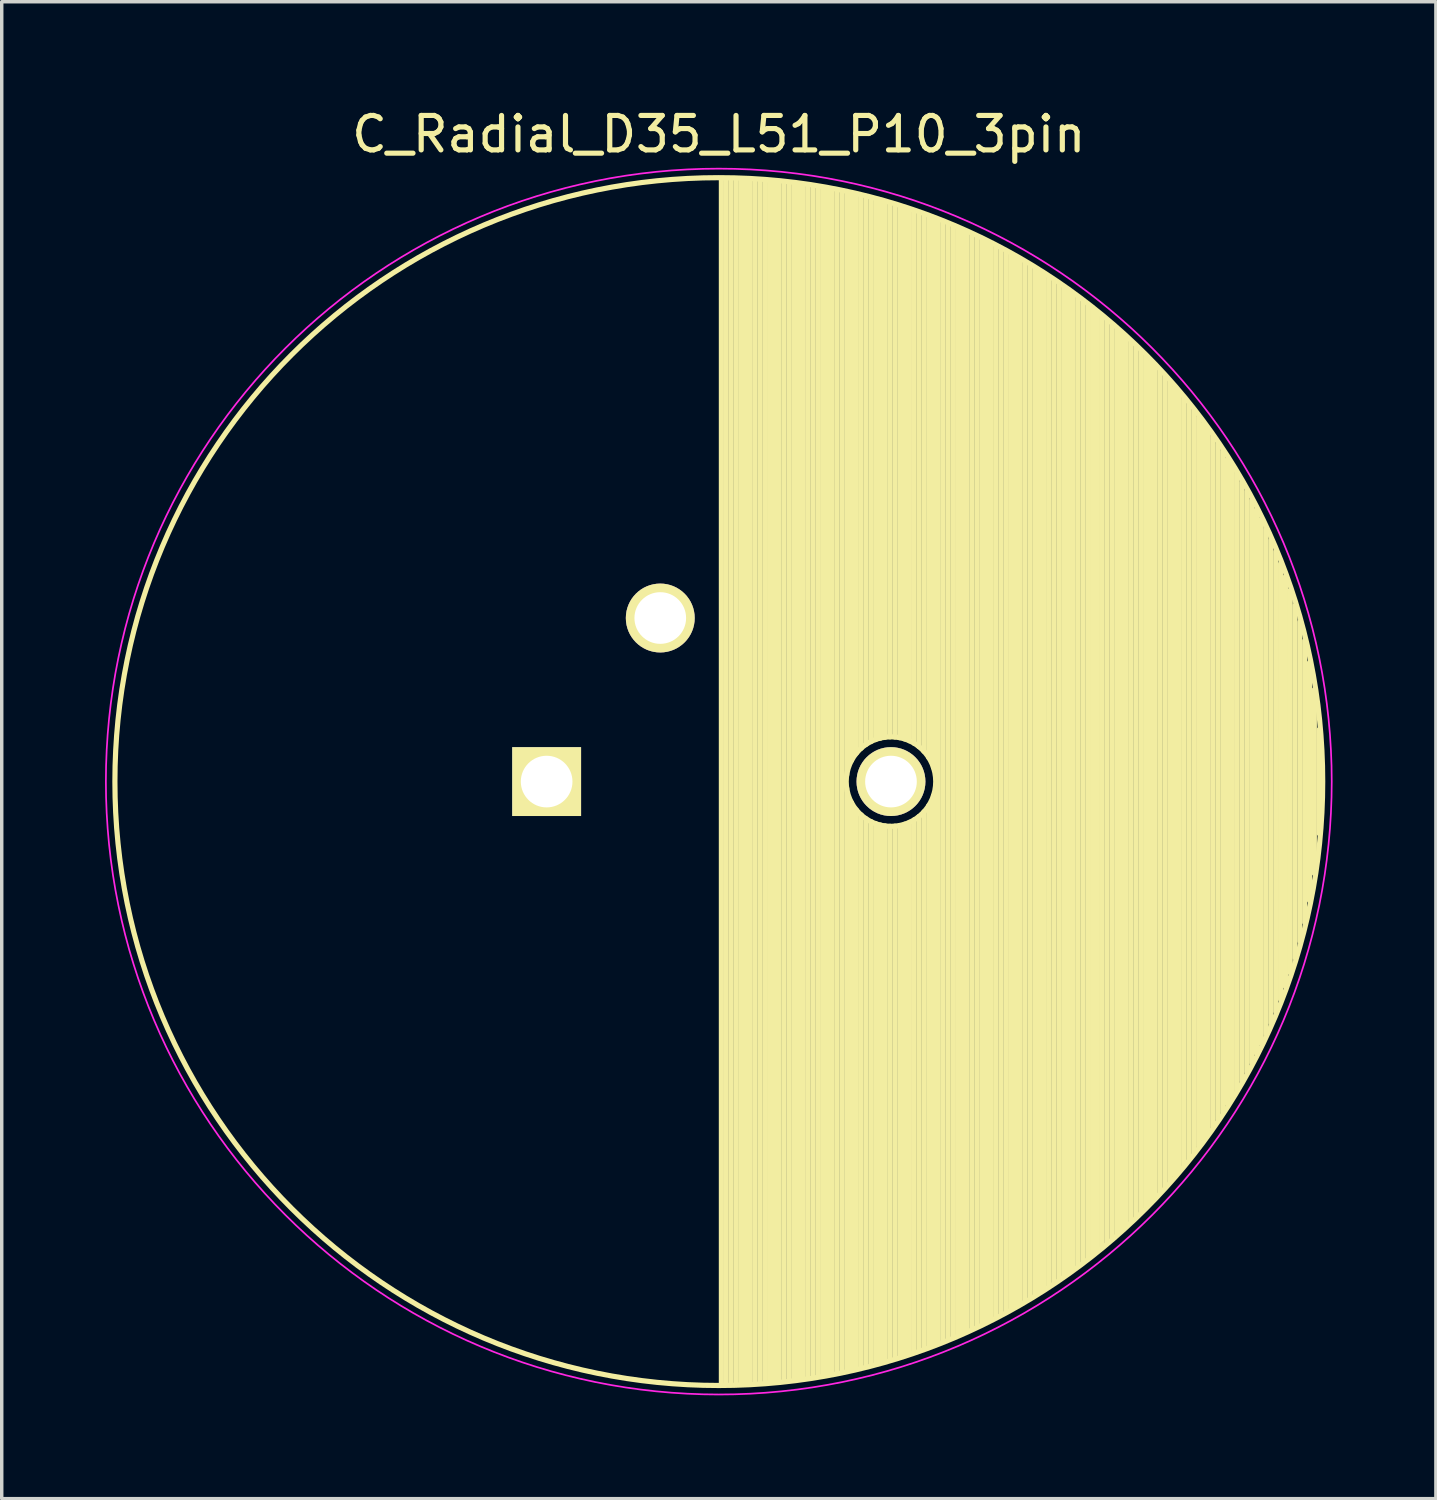
<source format=kicad_pcb>
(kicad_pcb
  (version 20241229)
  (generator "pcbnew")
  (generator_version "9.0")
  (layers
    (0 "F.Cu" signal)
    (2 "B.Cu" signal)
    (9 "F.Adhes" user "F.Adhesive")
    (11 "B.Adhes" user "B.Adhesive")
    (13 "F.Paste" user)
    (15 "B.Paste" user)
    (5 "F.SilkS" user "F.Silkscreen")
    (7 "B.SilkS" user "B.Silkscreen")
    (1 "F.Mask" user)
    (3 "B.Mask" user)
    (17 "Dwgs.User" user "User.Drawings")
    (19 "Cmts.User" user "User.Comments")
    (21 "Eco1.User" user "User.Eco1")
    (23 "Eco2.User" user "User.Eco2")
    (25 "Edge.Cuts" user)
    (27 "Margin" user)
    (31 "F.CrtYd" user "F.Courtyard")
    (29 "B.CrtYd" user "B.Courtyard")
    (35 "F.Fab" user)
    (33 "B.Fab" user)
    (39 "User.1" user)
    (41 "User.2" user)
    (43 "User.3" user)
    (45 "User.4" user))
  (footprint "C_Radial_D35_L51_P10_3pin"
    (layer "F.Cu")
    (at 12.825 19.648)
    (property "Reference" "C_Radial_D35_L51_P10_3pin" (at 5 -18.8 0) (layer "F.SilkS") (effects (font (size 1 1) (thickness 0.15))))
    (attr through_hole)
    (fp_line (start 5.075 -17.5) (end 5.075 17.5) (stroke (width 0.15) (type solid)) (layer "F.SilkS"))
    (fp_line (start 5.215 -17.499) (end 5.215 17.499) (stroke (width 0.15) (type solid)) (layer "F.SilkS"))
    (fp_line (start 5.355 -17.496) (end 5.355 17.496) (stroke (width 0.15) (type solid)) (layer "F.SilkS"))
    (fp_line (start 5.495 -17.493) (end 5.495 17.493) (stroke (width 0.15) (type solid)) (layer "F.SilkS"))
    (fp_line (start 5.635 -17.488) (end 5.635 17.488) (stroke (width 0.15) (type solid)) (layer "F.SilkS"))
    (fp_line (start 5.775 -17.483) (end 5.775 17.483) (stroke (width 0.15) (type solid)) (layer "F.SilkS"))
    (fp_line (start 5.915 -17.476) (end 5.915 17.476) (stroke (width 0.15) (type solid)) (layer "F.SilkS"))
    (fp_line (start 6.055 -17.468) (end 6.055 17.468) (stroke (width 0.15) (type solid)) (layer "F.SilkS"))
    (fp_line (start 6.195 -17.459) (end 6.195 17.459) (stroke (width 0.15) (type solid)) (layer "F.SilkS"))
    (fp_line (start 6.335 -17.449) (end 6.335 17.449) (stroke (width 0.15) (type solid)) (layer "F.SilkS"))
    (fp_line (start 6.475 -17.438) (end 6.475 17.438) (stroke (width 0.15) (type solid)) (layer "F.SilkS"))
    (fp_line (start 6.615 -17.425) (end 6.615 17.425) (stroke (width 0.15) (type solid)) (layer "F.SilkS"))
    (fp_line (start 6.755 -17.412) (end 6.755 17.412) (stroke (width 0.15) (type solid)) (layer "F.SilkS"))
    (fp_line (start 6.895 -17.397) (end 6.895 17.397) (stroke (width 0.15) (type solid)) (layer "F.SilkS"))
    (fp_line (start 7.035 -17.381) (end 7.035 17.381) (stroke (width 0.15) (type solid)) (layer "F.SilkS"))
    (fp_line (start 7.175 -17.364) (end 7.175 17.364) (stroke (width 0.15) (type solid)) (layer "F.SilkS"))
    (fp_line (start 7.315 -17.346) (end 7.315 17.346) (stroke (width 0.15) (type solid)) (layer "F.SilkS"))
    (fp_line (start 7.455 -17.327) (end 7.455 17.327) (stroke (width 0.15) (type solid)) (layer "F.SilkS"))
    (fp_line (start 7.595 -17.307) (end 7.595 17.307) (stroke (width 0.15) (type solid)) (layer "F.SilkS"))
    (fp_line (start 7.735 -17.285) (end 7.735 17.285) (stroke (width 0.15) (type solid)) (layer "F.SilkS"))
    (fp_line (start 7.875 -17.262) (end 7.875 17.262) (stroke (width 0.15) (type solid)) (layer "F.SilkS"))
    (fp_line (start 8.015 -17.238) (end 8.015 17.238) (stroke (width 0.15) (type solid)) (layer "F.SilkS"))
    (fp_line (start 8.155 -17.213) (end 8.155 17.213) (stroke (width 0.15) (type solid)) (layer "F.SilkS"))
    (fp_line (start 8.295 -17.187) (end 8.295 17.187) (stroke (width 0.15) (type solid)) (layer "F.SilkS"))
    (fp_line (start 8.435 -17.16) (end 8.435 17.16) (stroke (width 0.15) (type solid)) (layer "F.SilkS"))
    (fp_line (start 8.575 -17.131) (end 8.575 17.131) (stroke (width 0.15) (type solid)) (layer "F.SilkS"))
    (fp_line (start 8.715 -17.101) (end 8.715 -0.197) (stroke (width 0.15) (type solid)) (layer "F.SilkS"))
    (fp_line (start 8.715 0.197) (end 8.715 17.101) (stroke (width 0.15) (type solid)) (layer "F.SilkS"))
    (fp_line (start 8.855 -17.07) (end 8.855 -0.616) (stroke (width 0.15) (type solid)) (layer "F.SilkS"))
    (fp_line (start 8.855 0.616) (end 8.855 17.07) (stroke (width 0.15) (type solid)) (layer "F.SilkS"))
    (fp_line (start 8.995 -17.038) (end 8.995 -0.825) (stroke (width 0.15) (type solid)) (layer "F.SilkS"))
    (fp_line (start 8.995 0.825) (end 8.995 17.038) (stroke (width 0.15) (type solid)) (layer "F.SilkS"))
    (fp_line (start 9.135 -17.004) (end 9.135 -0.97) (stroke (width 0.15) (type solid)) (layer "F.SilkS"))
    (fp_line (start 9.135 0.97) (end 9.135 17.004) (stroke (width 0.15) (type solid)) (layer "F.SilkS"))
    (fp_line (start 9.275 -16.97) (end 9.275 -1.079) (stroke (width 0.15) (type solid)) (layer "F.SilkS"))
    (fp_line (start 9.275 1.079) (end 9.275 16.97) (stroke (width 0.15) (type solid)) (layer "F.SilkS"))
    (fp_line (start 9.415 -16.934) (end 9.415 -1.161) (stroke (width 0.15) (type solid)) (layer "F.SilkS"))
    (fp_line (start 9.415 1.161) (end 9.415 16.934) (stroke (width 0.15) (type solid)) (layer "F.SilkS"))
    (fp_line (start 9.555 -16.897) (end 9.555 -1.221) (stroke (width 0.15) (type solid)) (layer "F.SilkS"))
    (fp_line (start 9.555 1.221) (end 9.555 16.897) (stroke (width 0.15) (type solid)) (layer "F.SilkS"))
    (fp_line (start 9.695 -16.858) (end 9.695 -1.264) (stroke (width 0.15) (type solid)) (layer "F.SilkS"))
    (fp_line (start 9.695 1.264) (end 9.695 16.858) (stroke (width 0.15) (type solid)) (layer "F.SilkS"))
    (fp_line (start 9.835 -16.819) (end 9.835 -1.289) (stroke (width 0.15) (type solid)) (layer "F.SilkS"))
    (fp_line (start 9.835 1.289) (end 9.835 16.819) (stroke (width 0.15) (type solid)) (layer "F.SilkS"))
    (fp_line (start 9.975 -16.778) (end 9.975 -1.3) (stroke (width 0.15) (type solid)) (layer "F.SilkS"))
    (fp_line (start 9.975 1.3) (end 9.975 16.778) (stroke (width 0.15) (type solid)) (layer "F.SilkS"))
    (fp_line (start 10.115 -16.736) (end 10.115 -1.295) (stroke (width 0.15) (type solid)) (layer "F.SilkS"))
    (fp_line (start 10.115 1.295) (end 10.115 16.736) (stroke (width 0.15) (type solid)) (layer "F.SilkS"))
    (fp_line (start 10.255 -16.692) (end 10.255 -1.275) (stroke (width 0.15) (type solid)) (layer "F.SilkS"))
    (fp_line (start 10.255 1.275) (end 10.255 16.692) (stroke (width 0.15) (type solid)) (layer "F.SilkS"))
    (fp_line (start 10.395 -16.648) (end 10.395 -1.239) (stroke (width 0.15) (type solid)) (layer "F.SilkS"))
    (fp_line (start 10.395 1.239) (end 10.395 16.648) (stroke (width 0.15) (type solid)) (layer "F.SilkS"))
    (fp_line (start 10.535 -16.602) (end 10.535 -1.185) (stroke (width 0.15) (type solid)) (layer "F.SilkS"))
    (fp_line (start 10.535 1.185) (end 10.535 16.602) (stroke (width 0.15) (type solid)) (layer "F.SilkS"))
    (fp_line (start 10.675 -16.554) (end 10.675 -1.111) (stroke (width 0.15) (type solid)) (layer "F.SilkS"))
    (fp_line (start 10.675 1.111) (end 10.675 16.554) (stroke (width 0.15) (type solid)) (layer "F.SilkS"))
    (fp_line (start 10.815 -16.506) (end 10.815 -1.013) (stroke (width 0.15) (type solid)) (layer "F.SilkS"))
    (fp_line (start 10.815 1.013) (end 10.815 16.506) (stroke (width 0.15) (type solid)) (layer "F.SilkS"))
    (fp_line (start 10.955 -16.456) (end 10.955 -0.882) (stroke (width 0.15) (type solid)) (layer "F.SilkS"))
    (fp_line (start 10.955 0.882) (end 10.955 16.456) (stroke (width 0.15) (type solid)) (layer "F.SilkS"))
    (fp_line (start 11.095 -16.404) (end 11.095 -0.701) (stroke (width 0.15) (type solid)) (layer "F.SilkS"))
    (fp_line (start 11.095 0.701) (end 11.095 16.404) (stroke (width 0.15) (type solid)) (layer "F.SilkS"))
    (fp_line (start 11.235 -16.352) (end 11.235 -0.406) (stroke (width 0.15) (type solid)) (layer "F.SilkS"))
    (fp_line (start 11.235 0.406) (end 11.235 16.352) (stroke (width 0.15) (type solid)) (layer "F.SilkS"))
    (fp_line (start 11.375 -16.298) (end 11.375 16.298) (stroke (width 0.15) (type solid)) (layer "F.SilkS"))
    (fp_line (start 11.515 -16.242) (end 11.515 16.242) (stroke (width 0.15) (type solid)) (layer "F.SilkS"))
    (fp_line (start 11.655 -16.185) (end 11.655 16.185) (stroke (width 0.15) (type solid)) (layer "F.SilkS"))
    (fp_line (start 11.795 -16.127) (end 11.795 16.127) (stroke (width 0.15) (type solid)) (layer "F.SilkS"))
    (fp_line (start 11.935 -16.067) (end 11.935 16.067) (stroke (width 0.15) (type solid)) (layer "F.SilkS"))
    (fp_line (start 12.075 -16.006) (end 12.075 16.006) (stroke (width 0.15) (type solid)) (layer "F.SilkS"))
    (fp_line (start 12.215 -15.943) (end 12.215 15.943) (stroke (width 0.15) (type solid)) (layer "F.SilkS"))
    (fp_line (start 12.355 -15.879) (end 12.355 15.879) (stroke (width 0.15) (type solid)) (layer "F.SilkS"))
    (fp_line (start 12.495 -15.814) (end 12.495 15.814) (stroke (width 0.15) (type solid)) (layer "F.SilkS"))
    (fp_line (start 12.635 -15.747) (end 12.635 15.747) (stroke (width 0.15) (type solid)) (layer "F.SilkS"))
    (fp_line (start 12.775 -15.678) (end 12.775 15.678) (stroke (width 0.15) (type solid)) (layer "F.SilkS"))
    (fp_line (start 12.915 -15.608) (end 12.915 15.608) (stroke (width 0.15) (type solid)) (layer "F.SilkS"))
    (fp_line (start 13.055 -15.536) (end 13.055 15.536) (stroke (width 0.15) (type solid)) (layer "F.SilkS"))
    (fp_line (start 13.195 -15.463) (end 13.195 15.463) (stroke (width 0.15) (type solid)) (layer "F.SilkS"))
    (fp_line (start 13.335 -15.388) (end 13.335 15.388) (stroke (width 0.15) (type solid)) (layer "F.SilkS"))
    (fp_line (start 13.475 -15.311) (end 13.475 15.311) (stroke (width 0.15) (type solid)) (layer "F.SilkS"))
    (fp_line (start 13.615 -15.233) (end 13.615 15.233) (stroke (width 0.15) (type solid)) (layer "F.SilkS"))
    (fp_line (start 13.755 -15.153) (end 13.755 15.153) (stroke (width 0.15) (type solid)) (layer "F.SilkS"))
    (fp_line (start 13.895 -15.071) (end 13.895 15.071) (stroke (width 0.15) (type solid)) (layer "F.SilkS"))
    (fp_line (start 14.035 -14.987) (end 14.035 14.987) (stroke (width 0.15) (type solid)) (layer "F.SilkS"))
    (fp_line (start 14.175 -14.902) (end 14.175 14.902) (stroke (width 0.15) (type solid)) (layer "F.SilkS"))
    (fp_line (start 14.315 -14.815) (end 14.315 14.815) (stroke (width 0.15) (type solid)) (layer "F.SilkS"))
    (fp_line (start 14.455 -14.726) (end 14.455 14.726) (stroke (width 0.15) (type solid)) (layer "F.SilkS"))
    (fp_line (start 14.595 -14.635) (end 14.595 14.635) (stroke (width 0.15) (type solid)) (layer "F.SilkS"))
    (fp_line (start 14.735 -14.542) (end 14.735 14.542) (stroke (width 0.15) (type solid)) (layer "F.SilkS"))
    (fp_line (start 14.875 -14.448) (end 14.875 14.448) (stroke (width 0.15) (type solid)) (layer "F.SilkS"))
    (fp_line (start 15.015 -14.351) (end 15.015 14.351) (stroke (width 0.15) (type solid)) (layer "F.SilkS"))
    (fp_line (start 15.155 -14.252) (end 15.155 14.252) (stroke (width 0.15) (type solid)) (layer "F.SilkS"))
    (fp_line (start 15.295 -14.151) (end 15.295 14.151) (stroke (width 0.15) (type solid)) (layer "F.SilkS"))
    (fp_line (start 15.435 -14.049) (end 15.435 14.049) (stroke (width 0.15) (type solid)) (layer "F.SilkS"))
    (fp_line (start 15.575 -13.943) (end 15.575 13.943) (stroke (width 0.15) (type solid)) (layer "F.SilkS"))
    (fp_line (start 15.715 -13.836) (end 15.715 13.836) (stroke (width 0.15) (type solid)) (layer "F.SilkS"))
    (fp_line (start 15.855 -13.727) (end 15.855 13.727) (stroke (width 0.15) (type solid)) (layer "F.SilkS"))
    (fp_line (start 15.995 -13.615) (end 15.995 13.615) (stroke (width 0.15) (type solid)) (layer "F.SilkS"))
    (fp_line (start 16.135 -13.5) (end 16.135 13.5) (stroke (width 0.15) (type solid)) (layer "F.SilkS"))
    (fp_line (start 16.275 -13.384) (end 16.275 13.384) (stroke (width 0.15) (type solid)) (layer "F.SilkS"))
    (fp_line (start 16.415 -13.265) (end 16.415 13.265) (stroke (width 0.15) (type solid)) (layer "F.SilkS"))
    (fp_line (start 16.555 -13.143) (end 16.555 13.143) (stroke (width 0.15) (type solid)) (layer "F.SilkS"))
    (fp_line (start 16.695 -13.018) (end 16.695 13.018) (stroke (width 0.15) (type solid)) (layer "F.SilkS"))
    (fp_line (start 16.835 -12.891) (end 16.835 12.891) (stroke (width 0.15) (type solid)) (layer "F.SilkS"))
    (fp_line (start 16.975 -12.761) (end 16.975 12.761) (stroke (width 0.15) (type solid)) (layer "F.SilkS"))
    (fp_line (start 17.115 -12.628) (end 17.115 12.628) (stroke (width 0.15) (type solid)) (layer "F.SilkS"))
    (fp_line (start 17.255 -12.493) (end 17.255 12.493) (stroke (width 0.15) (type solid)) (layer "F.SilkS"))
    (fp_line (start 17.395 -12.354) (end 17.395 12.354) (stroke (width 0.15) (type solid)) (layer "F.SilkS"))
    (fp_line (start 17.535 -12.212) (end 17.535 12.212) (stroke (width 0.15) (type solid)) (layer "F.SilkS"))
    (fp_line (start 17.675 -12.066) (end 17.675 12.066) (stroke (width 0.15) (type solid)) (layer "F.SilkS"))
    (fp_line (start 17.815 -11.917) (end 17.815 11.917) (stroke (width 0.15) (type solid)) (layer "F.SilkS"))
    (fp_line (start 17.955 -11.765) (end 17.955 11.765) (stroke (width 0.15) (type solid)) (layer "F.SilkS"))
    (fp_line (start 18.095 -11.609) (end 18.095 11.609) (stroke (width 0.15) (type solid)) (layer "F.SilkS"))
    (fp_line (start 18.235 -11.449) (end 18.235 11.449) (stroke (width 0.15) (type solid)) (layer "F.SilkS"))
    (fp_line (start 18.375 -11.285) (end 18.375 11.285) (stroke (width 0.15) (type solid)) (layer "F.SilkS"))
    (fp_line (start 18.515 -11.117) (end 18.515 11.117) (stroke (width 0.15) (type solid)) (layer "F.SilkS"))
    (fp_line (start 18.655 -10.945) (end 18.655 10.945) (stroke (width 0.15) (type solid)) (layer "F.SilkS"))
    (fp_line (start 18.795 -10.768) (end 18.795 10.768) (stroke (width 0.15) (type solid)) (layer "F.SilkS"))
    (fp_line (start 18.935 -10.586) (end 18.935 10.586) (stroke (width 0.15) (type solid)) (layer "F.SilkS"))
    (fp_line (start 19.075 -10.399) (end 19.075 10.399) (stroke (width 0.15) (type solid)) (layer "F.SilkS"))
    (fp_line (start 19.215 -10.207) (end 19.215 10.207) (stroke (width 0.15) (type solid)) (layer "F.SilkS"))
    (fp_line (start 19.355 -10.009) (end 19.355 10.009) (stroke (width 0.15) (type solid)) (layer "F.SilkS"))
    (fp_line (start 19.495 -9.805) (end 19.495 9.805) (stroke (width 0.15) (type solid)) (layer "F.SilkS"))
    (fp_line (start 19.635 -9.595) (end 19.635 9.595) (stroke (width 0.15) (type solid)) (layer "F.SilkS"))
    (fp_line (start 19.775 -9.378) (end 19.775 9.378) (stroke (width 0.15) (type solid)) (layer "F.SilkS"))
    (fp_line (start 19.915 -9.154) (end 19.915 9.154) (stroke (width 0.15) (type solid)) (layer "F.SilkS"))
    (fp_line (start 20.055 -8.922) (end 20.055 8.922) (stroke (width 0.15) (type solid)) (layer "F.SilkS"))
    (fp_line (start 20.195 -8.681) (end 20.195 8.681) (stroke (width 0.15) (type solid)) (layer "F.SilkS"))
    (fp_line (start 20.335 -8.431) (end 20.335 8.431) (stroke (width 0.15) (type solid)) (layer "F.SilkS"))
    (fp_line (start 20.475 -8.172) (end 20.475 8.172) (stroke (width 0.15) (type solid)) (layer "F.SilkS"))
    (fp_line (start 20.615 -7.901) (end 20.615 7.901) (stroke (width 0.15) (type solid)) (layer "F.SilkS"))
    (fp_line (start 20.755 -7.618) (end 20.755 7.618) (stroke (width 0.15) (type solid)) (layer "F.SilkS"))
    (fp_line (start 20.895 -7.321) (end 20.895 7.321) (stroke (width 0.15) (type solid)) (layer "F.SilkS"))
    (fp_line (start 21.035 -7.009) (end 21.035 7.009) (stroke (width 0.15) (type solid)) (layer "F.SilkS"))
    (fp_line (start 21.175 -6.68) (end 21.175 6.68) (stroke (width 0.15) (type solid)) (layer "F.SilkS"))
    (fp_line (start 21.315 -6.33) (end 21.315 6.33) (stroke (width 0.15) (type solid)) (layer "F.SilkS"))
    (fp_line (start 21.455 -5.957) (end 21.455 5.957) (stroke (width 0.15) (type solid)) (layer "F.SilkS"))
    (fp_line (start 21.595 -5.555) (end 21.595 5.555) (stroke (width 0.15) (type solid)) (layer "F.SilkS"))
    (fp_line (start 21.735 -5.118) (end 21.735 5.118) (stroke (width 0.15) (type solid)) (layer "F.SilkS"))
    (fp_line (start 21.875 -4.635) (end 21.875 4.635) (stroke (width 0.15) (type solid)) (layer "F.SilkS"))
    (fp_line (start 22.015 -4.091) (end 22.015 4.091) (stroke (width 0.15) (type solid)) (layer "F.SilkS"))
    (fp_line (start 22.155 -3.458) (end 22.155 3.458) (stroke (width 0.15) (type solid)) (layer "F.SilkS"))
    (fp_line (start 22.295 -2.671) (end 22.295 2.671) (stroke (width 0.15) (type solid)) (layer "F.SilkS"))
    (fp_line (start 22.435 -1.507) (end 22.435 1.507) (stroke (width 0.15) (type solid)) (layer "F.SilkS"))
    (fp_circle (center 5 0) (end 5 -17.538) (stroke (width 0.15) (type solid)) (fill no) (layer "F.SilkS"))
    (fp_circle (center 10 0) (end 10 -1.3) (stroke (width 0.15) (type solid)) (fill no) (layer "F.SilkS"))
    (fp_circle (center 5 0) (end 5 -17.8) (stroke (width 0.05) (type solid)) (fill no) (layer "F.CrtYd"))
    (pad "1" thru_hole rect (at 0 0) (size 2 2) (drill 1.5) (layers "*.Cu" "*.Mask" "F.SilkS"))
    (pad "2" thru_hole circle (at 10 0) (size 2 2) (drill 1.5) (layers "*.Cu" "*.Mask" "F.SilkS"))
    (pad "3" thru_hole circle (at 3.3 -4.75) (size 2 2) (drill 1.5) (layers "*.Cu" "*.Mask" "F.SilkS")))
  (gr_rect
    (start -3 -3)
    (end 38.65 40.473)
    (stroke (width 0.1) (type default))
    (fill no)
    (layer "Edge.Cuts")))
</source>
